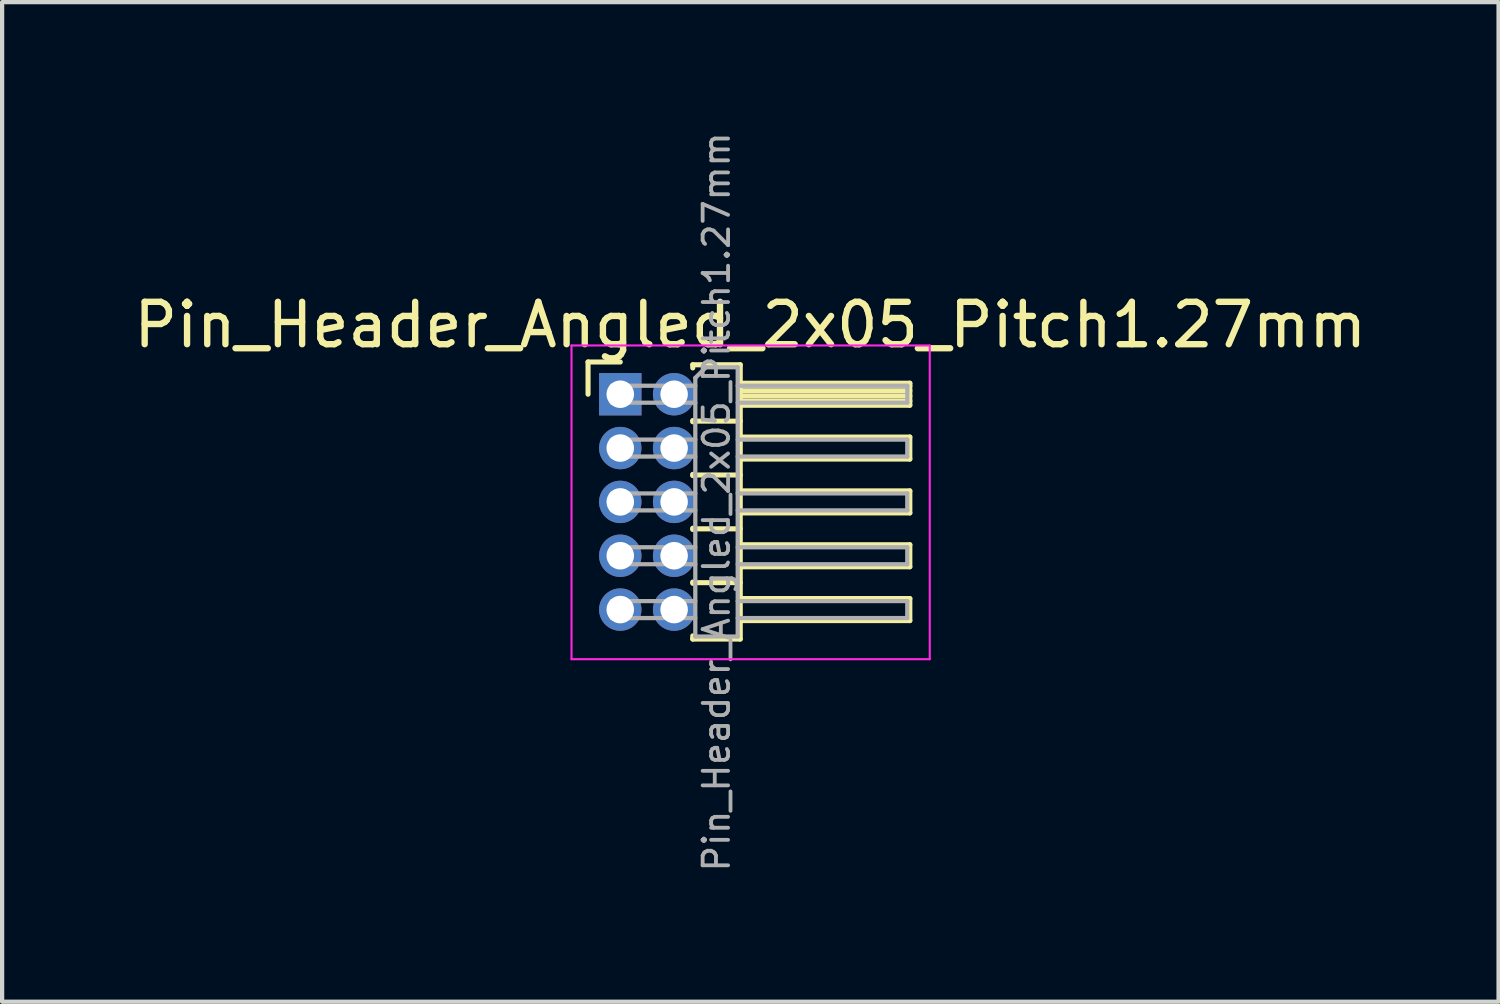
<source format=kicad_pcb>
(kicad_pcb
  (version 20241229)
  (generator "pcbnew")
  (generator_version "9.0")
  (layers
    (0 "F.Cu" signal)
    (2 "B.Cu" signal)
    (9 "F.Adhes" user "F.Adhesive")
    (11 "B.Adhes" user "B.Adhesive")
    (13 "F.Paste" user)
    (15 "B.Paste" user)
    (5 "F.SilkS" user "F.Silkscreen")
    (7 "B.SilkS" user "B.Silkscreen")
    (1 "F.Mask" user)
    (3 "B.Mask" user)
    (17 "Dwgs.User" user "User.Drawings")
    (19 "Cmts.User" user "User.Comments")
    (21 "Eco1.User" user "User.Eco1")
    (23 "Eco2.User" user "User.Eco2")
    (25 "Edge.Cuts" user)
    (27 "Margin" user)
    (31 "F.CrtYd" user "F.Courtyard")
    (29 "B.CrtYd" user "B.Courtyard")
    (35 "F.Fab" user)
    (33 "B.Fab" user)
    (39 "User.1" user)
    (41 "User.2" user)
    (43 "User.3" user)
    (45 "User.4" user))
  (footprint "Pin_Header_Angled_2x05_Pitch1.27mm"
    (layer "F.Cu")
    (at 11.581 6.249)
    (property "Reference" "Pin_Header_Angled_2x05_Pitch1.27mm" (at 3.067 -1.635 0) (layer "F.SilkS") (effects (font (size 1 1) (thickness 0.15))))
    (attr through_hole)
    (fp_line (start -0.76 -0.76) (end 0 -0.76) (stroke (width 0.12) (type solid)) (layer "F.SilkS"))
    (fp_line (start -0.76 0) (end -0.76 -0.76) (stroke (width 0.12) (type solid)) (layer "F.SilkS"))
    (fp_line (start 1.71 -0.695) (end 2.83 -0.695) (stroke (width 0.12) (type solid)) (layer "F.SilkS"))
    (fp_line (start 1.71 -0.62) (end 1.71 -0.695) (stroke (width 0.12) (type solid)) (layer "F.SilkS"))
    (fp_line (start 1.71 0.62) (end 1.71 0.65) (stroke (width 0.12) (type solid)) (layer "F.SilkS"))
    (fp_line (start 1.71 0.635) (end 2.83 0.635) (stroke (width 0.12) (type solid)) (layer "F.SilkS"))
    (fp_line (start 1.71 1.89) (end 1.71 1.92) (stroke (width 0.12) (type solid)) (layer "F.SilkS"))
    (fp_line (start 1.71 1.905) (end 2.83 1.905) (stroke (width 0.12) (type solid)) (layer "F.SilkS"))
    (fp_line (start 1.71 3.16) (end 1.71 3.19) (stroke (width 0.12) (type solid)) (layer "F.SilkS"))
    (fp_line (start 1.71 3.175) (end 2.83 3.175) (stroke (width 0.12) (type solid)) (layer "F.SilkS"))
    (fp_line (start 1.71 4.43) (end 1.71 4.46) (stroke (width 0.12) (type solid)) (layer "F.SilkS"))
    (fp_line (start 1.71 4.445) (end 2.83 4.445) (stroke (width 0.12) (type solid)) (layer "F.SilkS"))
    (fp_line (start 1.71 5.775) (end 1.71 5.7) (stroke (width 0.12) (type solid)) (layer "F.SilkS"))
    (fp_line (start 2.83 -0.695) (end 2.83 5.775) (stroke (width 0.12) (type solid)) (layer "F.SilkS"))
    (fp_line (start 2.83 -0.26) (end 6.83 -0.26) (stroke (width 0.12) (type solid)) (layer "F.SilkS"))
    (fp_line (start 2.83 -0.2) (end 6.83 -0.2) (stroke (width 0.12) (type solid)) (layer "F.SilkS"))
    (fp_line (start 2.83 -0.08) (end 6.83 -0.08) (stroke (width 0.12) (type solid)) (layer "F.SilkS"))
    (fp_line (start 2.83 0.04) (end 6.83 0.04) (stroke (width 0.12) (type solid)) (layer "F.SilkS"))
    (fp_line (start 2.83 0.16) (end 6.83 0.16) (stroke (width 0.12) (type solid)) (layer "F.SilkS"))
    (fp_line (start 2.83 1.01) (end 6.83 1.01) (stroke (width 0.12) (type solid)) (layer "F.SilkS"))
    (fp_line (start 2.83 2.28) (end 6.83 2.28) (stroke (width 0.12) (type solid)) (layer "F.SilkS"))
    (fp_line (start 2.83 3.55) (end 6.83 3.55) (stroke (width 0.12) (type solid)) (layer "F.SilkS"))
    (fp_line (start 2.83 4.82) (end 6.83 4.82) (stroke (width 0.12) (type solid)) (layer "F.SilkS"))
    (fp_line (start 2.83 5.775) (end 1.71 5.775) (stroke (width 0.12) (type solid)) (layer "F.SilkS"))
    (fp_line (start 6.83 -0.26) (end 6.83 0.26) (stroke (width 0.12) (type solid)) (layer "F.SilkS"))
    (fp_line (start 6.83 0.26) (end 2.83 0.26) (stroke (width 0.12) (type solid)) (layer "F.SilkS"))
    (fp_line (start 6.83 1.01) (end 6.83 1.53) (stroke (width 0.12) (type solid)) (layer "F.SilkS"))
    (fp_line (start 6.83 1.53) (end 2.83 1.53) (stroke (width 0.12) (type solid)) (layer "F.SilkS"))
    (fp_line (start 6.83 2.28) (end 6.83 2.8) (stroke (width 0.12) (type solid)) (layer "F.SilkS"))
    (fp_line (start 6.83 2.8) (end 2.83 2.8) (stroke (width 0.12) (type solid)) (layer "F.SilkS"))
    (fp_line (start 6.83 3.55) (end 6.83 4.07) (stroke (width 0.12) (type solid)) (layer "F.SilkS"))
    (fp_line (start 6.83 4.07) (end 2.83 4.07) (stroke (width 0.12) (type solid)) (layer "F.SilkS"))
    (fp_line (start 6.83 4.82) (end 6.83 5.34) (stroke (width 0.12) (type solid)) (layer "F.SilkS"))
    (fp_line (start 6.83 5.34) (end 2.83 5.34) (stroke (width 0.12) (type solid)) (layer "F.SilkS"))
    (fp_line (start -1.15 -1.15) (end -1.15 6.25) (stroke (width 0.05) (type solid)) (layer "F.CrtYd"))
    (fp_line (start -1.15 6.25) (end 7.3 6.25) (stroke (width 0.05) (type solid)) (layer "F.CrtYd"))
    (fp_line (start 7.3 -1.15) (end -1.15 -1.15) (stroke (width 0.05) (type solid)) (layer "F.CrtYd"))
    (fp_line (start 7.3 6.25) (end 7.3 -1.15) (stroke (width 0.05) (type solid)) (layer "F.CrtYd"))
    (fp_line (start -0.2 -0.2) (end -0.2 0.2) (stroke (width 0.1) (type solid)) (layer "F.Fab"))
    (fp_line (start -0.2 -0.2) (end 1.77 -0.2) (stroke (width 0.1) (type solid)) (layer "F.Fab"))
    (fp_line (start -0.2 0.2) (end 1.77 0.2) (stroke (width 0.1) (type solid)) (layer "F.Fab"))
    (fp_line (start -0.2 1.07) (end -0.2 1.47) (stroke (width 0.1) (type solid)) (layer "F.Fab"))
    (fp_line (start -0.2 1.07) (end 1.77 1.07) (stroke (width 0.1) (type solid)) (layer "F.Fab"))
    (fp_line (start -0.2 1.47) (end 1.77 1.47) (stroke (width 0.1) (type solid)) (layer "F.Fab"))
    (fp_line (start -0.2 2.34) (end -0.2 2.74) (stroke (width 0.1) (type solid)) (layer "F.Fab"))
    (fp_line (start -0.2 2.34) (end 1.77 2.34) (stroke (width 0.1) (type solid)) (layer "F.Fab"))
    (fp_line (start -0.2 2.74) (end 1.77 2.74) (stroke (width 0.1) (type solid)) (layer "F.Fab"))
    (fp_line (start -0.2 3.61) (end -0.2 4.01) (stroke (width 0.1) (type solid)) (layer "F.Fab"))
    (fp_line (start -0.2 3.61) (end 1.77 3.61) (stroke (width 0.1) (type solid)) (layer "F.Fab"))
    (fp_line (start -0.2 4.01) (end 1.77 4.01) (stroke (width 0.1) (type solid)) (layer "F.Fab"))
    (fp_line (start -0.2 4.88) (end -0.2 5.28) (stroke (width 0.1) (type solid)) (layer "F.Fab"))
    (fp_line (start -0.2 4.88) (end 1.77 4.88) (stroke (width 0.1) (type solid)) (layer "F.Fab"))
    (fp_line (start -0.2 5.28) (end 1.77 5.28) (stroke (width 0.1) (type solid)) (layer "F.Fab"))
    (fp_line (start 1.77 -0.385) (end 2.02 -0.635) (stroke (width 0.1) (type solid)) (layer "F.Fab"))
    (fp_line (start 1.77 5.715) (end 1.77 -0.385) (stroke (width 0.1) (type solid)) (layer "F.Fab"))
    (fp_line (start 2.02 -0.635) (end 2.77 -0.635) (stroke (width 0.1) (type solid)) (layer "F.Fab"))
    (fp_line (start 2.77 -0.635) (end 2.77 5.715) (stroke (width 0.1) (type solid)) (layer "F.Fab"))
    (fp_line (start 2.77 -0.2) (end 6.77 -0.2) (stroke (width 0.1) (type solid)) (layer "F.Fab"))
    (fp_line (start 2.77 0.2) (end 6.77 0.2) (stroke (width 0.1) (type solid)) (layer "F.Fab"))
    (fp_line (start 2.77 1.07) (end 6.77 1.07) (stroke (width 0.1) (type solid)) (layer "F.Fab"))
    (fp_line (start 2.77 1.47) (end 6.77 1.47) (stroke (width 0.1) (type solid)) (layer "F.Fab"))
    (fp_line (start 2.77 2.34) (end 6.77 2.34) (stroke (width 0.1) (type solid)) (layer "F.Fab"))
    (fp_line (start 2.77 2.74) (end 6.77 2.74) (stroke (width 0.1) (type solid)) (layer "F.Fab"))
    (fp_line (start 2.77 3.61) (end 6.77 3.61) (stroke (width 0.1) (type solid)) (layer "F.Fab"))
    (fp_line (start 2.77 4.01) (end 6.77 4.01) (stroke (width 0.1) (type solid)) (layer "F.Fab"))
    (fp_line (start 2.77 4.88) (end 6.77 4.88) (stroke (width 0.1) (type solid)) (layer "F.Fab"))
    (fp_line (start 2.77 5.28) (end 6.77 5.28) (stroke (width 0.1) (type solid)) (layer "F.Fab"))
    (fp_line (start 2.77 5.715) (end 1.77 5.715) (stroke (width 0.1) (type solid)) (layer "F.Fab"))
    (fp_line (start 6.77 -0.2) (end 6.77 0.2) (stroke (width 0.1) (type solid)) (layer "F.Fab"))
    (fp_line (start 6.77 1.07) (end 6.77 1.47) (stroke (width 0.1) (type solid)) (layer "F.Fab"))
    (fp_line (start 6.77 2.34) (end 6.77 2.74) (stroke (width 0.1) (type solid)) (layer "F.Fab"))
    (fp_line (start 6.77 3.61) (end 6.77 4.01) (stroke (width 0.1) (type solid)) (layer "F.Fab"))
    (fp_line (start 6.77 4.88) (end 6.77 5.28) (stroke (width 0.1) (type solid)) (layer "F.Fab"))
    (fp_text user "${REFERENCE}" (at 2.27 2.54 90) (layer "F.Fab") (effects (font (size 0.6 0.6) (thickness 0.09))))
    (pad "1" thru_hole rect (at 0 0) (size 1 1) (drill 0.65) (layers "*.Cu" "*.Mask"))
    (pad "2" thru_hole oval (at 1.27 0) (size 1 1) (drill 0.65) (layers "*.Cu" "*.Mask"))
    (pad "3" thru_hole oval (at 0 1.27) (size 1 1) (drill 0.65) (layers "*.Cu" "*.Mask"))
    (pad "4" thru_hole oval (at 1.27 1.27) (size 1 1) (drill 0.65) (layers "*.Cu" "*.Mask"))
    (pad "5" thru_hole oval (at 0 2.54) (size 1 1) (drill 0.65) (layers "*.Cu" "*.Mask"))
    (pad "6" thru_hole oval (at 1.27 2.54) (size 1 1) (drill 0.65) (layers "*.Cu" "*.Mask"))
    (pad "7" thru_hole oval (at 0 3.81) (size 1 1) (drill 0.65) (layers "*.Cu" "*.Mask"))
    (pad "8" thru_hole oval (at 1.27 3.81) (size 1 1) (drill 0.65) (layers "*.Cu" "*.Mask"))
    (pad "9" thru_hole oval (at 0 5.08) (size 1 1) (drill 0.65) (layers "*.Cu" "*.Mask"))
    (pad "10" thru_hole oval (at 1.27 5.08) (size 1 1) (drill 0.65) (layers "*.Cu" "*.Mask")))
  (gr_rect
    (start -3 -3)
    (end 32.298 20.579)
    (stroke (width 0.1) (type default))
    (fill no)
    (layer "Edge.Cuts")))
</source>
